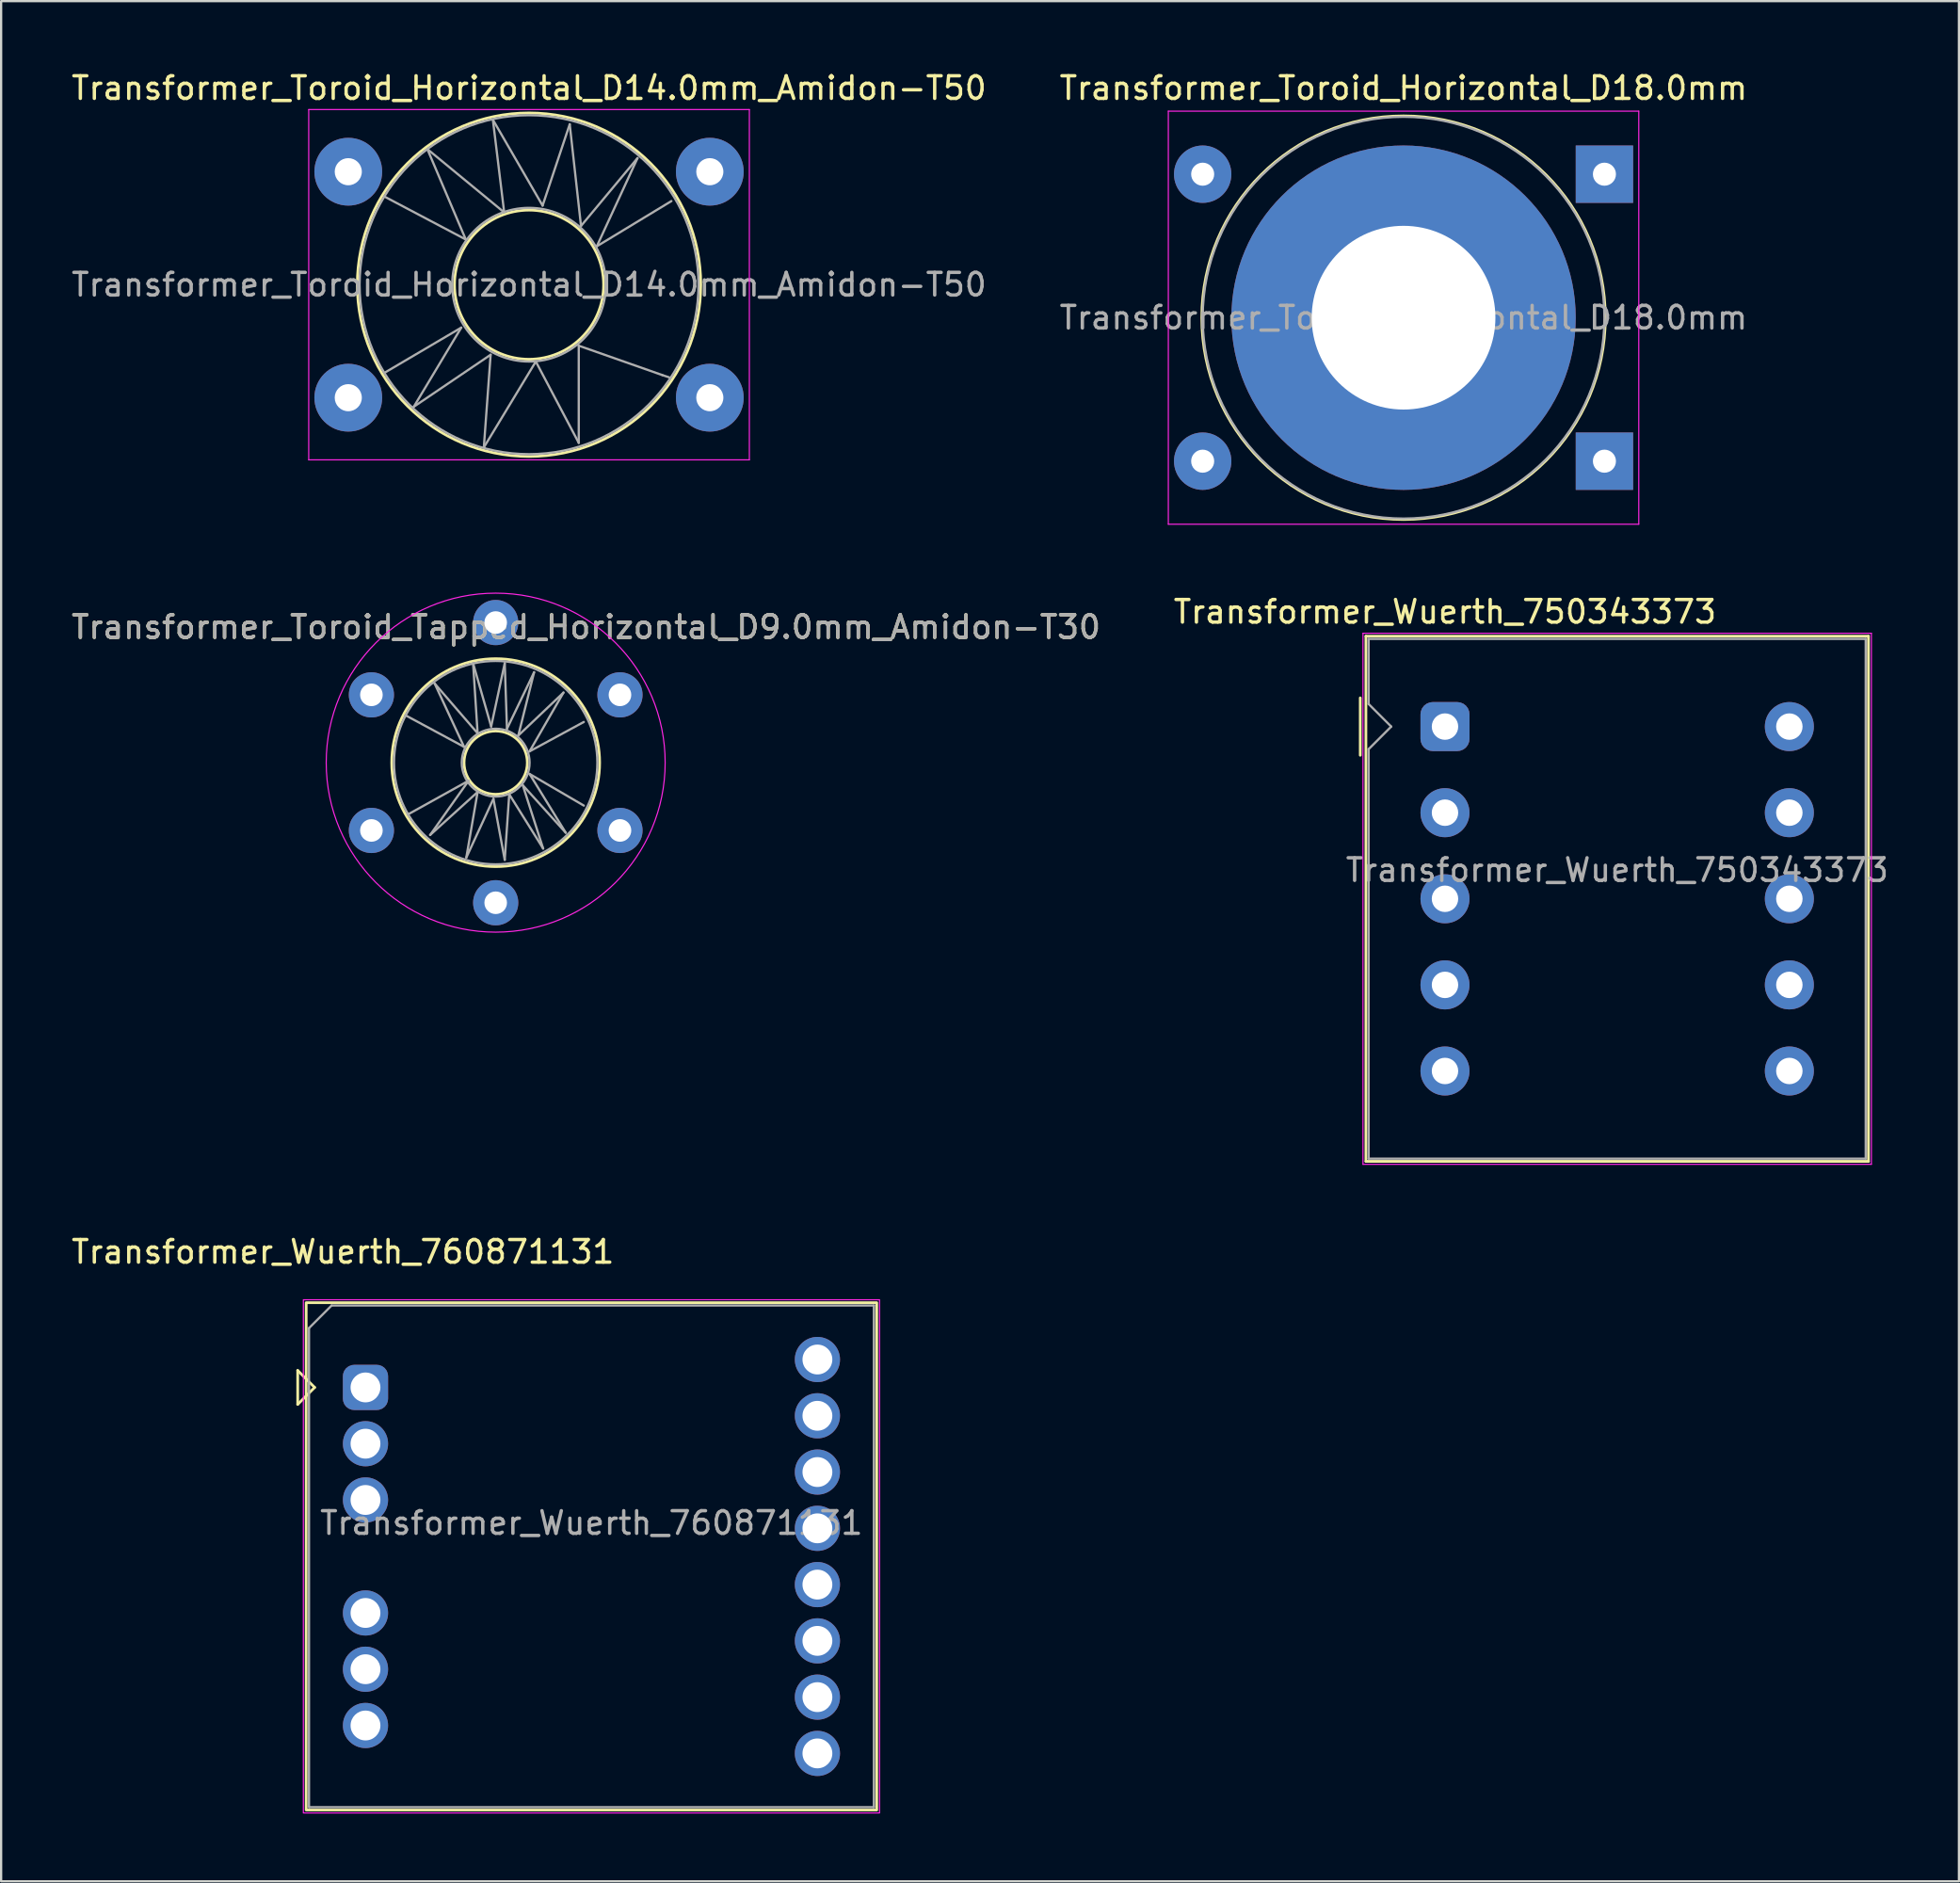
<source format=kicad_pcb>
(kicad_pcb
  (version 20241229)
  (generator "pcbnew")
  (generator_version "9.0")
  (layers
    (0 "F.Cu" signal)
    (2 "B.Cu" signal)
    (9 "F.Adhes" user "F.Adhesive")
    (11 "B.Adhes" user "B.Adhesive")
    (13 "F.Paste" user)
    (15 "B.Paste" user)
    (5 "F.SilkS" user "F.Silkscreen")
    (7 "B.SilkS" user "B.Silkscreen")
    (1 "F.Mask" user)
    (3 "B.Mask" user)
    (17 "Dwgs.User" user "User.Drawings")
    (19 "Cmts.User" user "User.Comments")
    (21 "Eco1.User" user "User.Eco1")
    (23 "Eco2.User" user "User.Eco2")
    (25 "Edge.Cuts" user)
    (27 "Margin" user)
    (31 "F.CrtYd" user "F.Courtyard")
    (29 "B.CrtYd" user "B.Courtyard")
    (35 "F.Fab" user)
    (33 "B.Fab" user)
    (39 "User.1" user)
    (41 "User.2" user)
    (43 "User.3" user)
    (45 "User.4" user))
  (footprint "Transformer_Wuerth_760871131"
    (layer "F.Cu")
    (at 13.125 58.345)
    (property "Reference" "Transformer_Wuerth_760871131" (at -1 -6 0) (unlocked yes) (layer "F.SilkS") (effects (font (size 1 1) (thickness 0.15))))
    (attr through_hole)
    (fp_line (start -3 -0.75) (end -3 0.75) (stroke (width 0.12) (type solid)) (layer "F.SilkS"))
    (fp_line (start -3 -0.75) (end -2.25 0) (stroke (width 0.12) (type solid)) (layer "F.SilkS"))
    (fp_line (start -3 0.75) (end -2.25 0) (stroke (width 0.12) (type solid)) (layer "F.SilkS"))
    (fp_rect (start -2.625 -3.75) (end 22.625 18.7) (stroke (width 0.12) (type solid)) (fill no) (layer "F.SilkS"))
    (fp_rect (start -2.75 -3.88) (end 22.75 18.83) (stroke (width 0.05) (type solid)) (fill no) (layer "F.CrtYd"))
    (fp_line (start -2.5 18.575) (end -2.5 -2.625) (stroke (width 0.1) (type solid)) (layer "F.Fab"))
    (fp_line (start -1.5 -3.625) (end -2.5 -2.625) (stroke (width 0.1) (type solid)) (layer "F.Fab"))
    (fp_line (start -1.5 -3.625) (end 22.5 -3.625) (stroke (width 0.1) (type solid)) (layer "F.Fab"))
    (fp_line (start 22.5 -3.625) (end 22.5 18.575) (stroke (width 0.1) (type solid)) (layer "F.Fab"))
    (fp_line (start 22.5 18.575) (end -2.5 18.575) (stroke (width 0.1) (type solid)) (layer "F.Fab"))
    (fp_text user "${REFERENCE}" (at 10 6 0) (unlocked yes) (layer "F.Fab") (effects (font (size 1 1) (thickness 0.15))))
    (pad "1" thru_hole roundrect (at 0 0) (size 2 2) (drill 1.32) (layers "*.Cu" "*.Mask") (roundrect_rratio 0.25))
    (pad "2" thru_hole circle (at 0 2.49) (size 2 2) (drill 1.32) (layers "*.Cu" "*.Mask"))
    (pad "3" thru_hole circle (at 0 4.98) (size 2 2) (drill 1.32) (layers "*.Cu" "*.Mask"))
    (pad "4" thru_hole circle (at 0 9.98) (size 2 2) (drill 1.32) (layers "*.Cu" "*.Mask"))
    (pad "5" thru_hole circle (at 0 12.47) (size 2 2) (drill 1.32) (layers "*.Cu" "*.Mask"))
    (pad "6" thru_hole circle (at 0 14.96) (size 2 2) (drill 1.32) (layers "*.Cu" "*.Mask"))
    (pad "7" thru_hole circle (at 20 16.195) (size 2 2) (drill 1.32) (layers "*.Cu" "*.Mask"))
    (pad "8" thru_hole circle (at 20 13.705) (size 2 2) (drill 1.32) (layers "*.Cu" "*.Mask"))
    (pad "9" thru_hole circle (at 20 11.215) (size 2 2) (drill 1.32) (layers "*.Cu" "*.Mask"))
    (pad "10" thru_hole circle (at 20 8.725) (size 2 2) (drill 1.32) (layers "*.Cu" "*.Mask"))
    (pad "11" thru_hole circle (at 20 6.235) (size 2 2) (drill 1.32) (layers "*.Cu" "*.Mask"))
    (pad "12" thru_hole circle (at 20 3.745) (size 2 2) (drill 1.32) (layers "*.Cu" "*.Mask"))
    (pad "13" thru_hole circle (at 20 1.255) (size 2 2) (drill 1.32) (layers "*.Cu" "*.Mask"))
    (pad "14" thru_hole circle (at 20 -1.235) (size 2 2) (drill 1.32) (layers "*.Cu" "*.Mask")))
  (footprint "Transformer_Wuerth_750343373"
    (layer "F.Cu")
    (at 60.899 29.102)
    (property "Reference" "Transformer_Wuerth_750343373" (at 0 -5.08 0) (layer "F.SilkS") (effects (font (size 1 1) (thickness 0.15))))
    (attr through_hole)
    (fp_line (start -3.75 -1.27) (end -3.75 1.27) (stroke (width 0.12) (type solid)) (layer "F.SilkS"))
    (fp_line (start -3.5 -4) (end 18.74 -4) (stroke (width 0.12) (type solid)) (layer "F.SilkS"))
    (fp_line (start -3.5 19.24) (end -3.5 -4) (stroke (width 0.12) (type solid)) (layer "F.SilkS"))
    (fp_line (start 18.74 -4) (end 18.74 19.24) (stroke (width 0.12) (type solid)) (layer "F.SilkS"))
    (fp_line (start 18.74 19.24) (end -3.5 19.24) (stroke (width 0.12) (type solid)) (layer "F.SilkS"))
    (fp_line (start -3.63 -4.13) (end 18.87 -4.13) (stroke (width 0.05) (type solid)) (layer "F.CrtYd"))
    (fp_line (start -3.63 19.37) (end -3.63 -4.13) (stroke (width 0.05) (type solid)) (layer "F.CrtYd"))
    (fp_line (start 18.87 -4.13) (end 18.87 19.37) (stroke (width 0.05) (type solid)) (layer "F.CrtYd"))
    (fp_line (start 18.87 19.37) (end -3.63 19.37) (stroke (width 0.05) (type solid)) (layer "F.CrtYd"))
    (fp_line (start -3.38 -3.88) (end 18.62 -3.88) (stroke (width 0.1) (type solid)) (layer "F.Fab"))
    (fp_line (start -3.38 -1) (end -3.38 -3.88) (stroke (width 0.1) (type solid)) (layer "F.Fab"))
    (fp_line (start -3.38 -1) (end -2.38 0) (stroke (width 0.1) (type solid)) (layer "F.Fab"))
    (fp_line (start -3.38 1) (end -3.38 19.12) (stroke (width 0.1) (type solid)) (layer "F.Fab"))
    (fp_line (start -2.38 0) (end -3.38 1) (stroke (width 0.1) (type solid)) (layer "F.Fab"))
    (fp_line (start 18.62 -3.88) (end 18.62 19.12) (stroke (width 0.1) (type solid)) (layer "F.Fab"))
    (fp_line (start 18.62 19.12) (end -3.38 19.12) (stroke (width 0.1) (type solid)) (layer "F.Fab"))
    (fp_text user "${REFERENCE}" (at 7.62 6.35 0) (layer "F.Fab") (effects (font (size 1 1) (thickness 0.15))))
    (pad "1" thru_hole roundrect (at 0 0) (size 2.17 2.17) (drill 1.17) (layers "*.Cu" "*.Mask") (roundrect_rratio 0.25))
    (pad "2" thru_hole circle (at 0 3.81) (size 2.17 2.17) (drill 1.17) (layers "*.Cu" "*.Mask"))
    (pad "3" thru_hole circle (at 0 7.62) (size 2.17 2.17) (drill 1.17) (layers "*.Cu" "*.Mask"))
    (pad "4" thru_hole circle (at 0 11.43) (size 2.17 2.17) (drill 1.17) (layers "*.Cu" "*.Mask"))
    (pad "5" thru_hole circle (at 0 15.24) (size 2.17 2.17) (drill 1.17) (layers "*.Cu" "*.Mask"))
    (pad "6" thru_hole circle (at 15.24 15.24) (size 2.17 2.17) (drill 1.17) (layers "*.Cu" "*.Mask"))
    (pad "7" thru_hole circle (at 15.24 11.43) (size 2.17 2.17) (drill 1.17) (layers "*.Cu" "*.Mask"))
    (pad "8" thru_hole circle (at 15.24 7.62) (size 2.17 2.17) (drill 1.17) (layers "*.Cu" "*.Mask"))
    (pad "9" thru_hole circle (at 15.24 3.81) (size 2.17 2.17) (drill 1.17) (layers "*.Cu" "*.Mask"))
    (pad "10" thru_hole circle (at 15.24 0) (size 2.17 2.17) (drill 1.17) (layers "*.Cu" "*.Mask")))
  (footprint "Transformer_Toroid_Horizontal_D14.0mm_Amidon-T50"
    (layer "F.Cu")
    (at 12.363 14.548)
    (property "Reference" "Transformer_Toroid_Horizontal_D14.0mm_Amidon-T50" (at 8 -13.7 0) (layer "F.SilkS") (effects (font (size 1 1) (thickness 0.15))))
    (attr through_hole)
    (fp_circle (center 8 -5) (end 8 -12.6) (stroke (width 0.12) (type solid)) (fill no) (layer "F.SilkS"))
    (fp_circle (center 8 -5) (end 8 -8.3) (stroke (width 0.12) (type solid)) (fill no) (layer "F.SilkS"))
    (fp_line (start -1.75 -12.75) (end -1.75 2.75) (stroke (width 0.05) (type solid)) (layer "F.CrtYd"))
    (fp_line (start -1.75 -12.75) (end 17.75 -12.75) (stroke (width 0.05) (type solid)) (layer "F.CrtYd"))
    (fp_line (start 17.75 2.75) (end -1.75 2.75) (stroke (width 0.05) (type solid)) (layer "F.CrtYd"))
    (fp_line (start 17.75 2.75) (end 17.75 -12.75) (stroke (width 0.05) (type solid)) (layer "F.CrtYd"))
    (fp_line (start 1.6 -8.9) (end 5.2 -7) (stroke (width 0.1) (type solid)) (layer "F.Fab"))
    (fp_line (start 1.6 -1.1) (end 5 -3.1) (stroke (width 0.1) (type solid)) (layer "F.Fab"))
    (fp_line (start 2.9 0.4) (end 6.3 -1.9) (stroke (width 0.1) (type solid)) (layer "F.Fab"))
    (fp_line (start 3.5 -11) (end 6.9 -8.2) (stroke (width 0.1) (type solid)) (layer "F.Fab"))
    (fp_line (start 5 -3.1) (end 2.9 0.4) (stroke (width 0.1) (type solid)) (layer "F.Fab"))
    (fp_line (start 5.2 -7) (end 3.5 -11) (stroke (width 0.1) (type solid)) (layer "F.Fab"))
    (fp_line (start 6 2.2) (end 8.3 -1.6) (stroke (width 0.1) (type solid)) (layer "F.Fab"))
    (fp_line (start 6.3 -1.9) (end 6 2.2) (stroke (width 0.1) (type solid)) (layer "F.Fab"))
    (fp_line (start 6.4 -12.3) (end 8.6 -8.5) (stroke (width 0.1) (type solid)) (layer "F.Fab"))
    (fp_line (start 6.9 -8.2) (end 6.4 -12.3) (stroke (width 0.1) (type solid)) (layer "F.Fab"))
    (fp_line (start 8.3 -1.6) (end 10.2 2) (stroke (width 0.1) (type solid)) (layer "F.Fab"))
    (fp_line (start 8.6 -8.5) (end 9.8 -12.1) (stroke (width 0.1) (type solid)) (layer "F.Fab"))
    (fp_line (start 9.8 -12.1) (end 10.3 -7.6) (stroke (width 0.1) (type solid)) (layer "F.Fab"))
    (fp_line (start 10.2 -2.3) (end 13.9 -1) (stroke (width 0.1) (type solid)) (layer "F.Fab"))
    (fp_line (start 10.2 2) (end 10.2 -2.3) (stroke (width 0.1) (type solid)) (layer "F.Fab"))
    (fp_line (start 10.3 -7.6) (end 12.8 -10.6) (stroke (width 0.1) (type solid)) (layer "F.Fab"))
    (fp_line (start 11 -6.7) (end 14.3 -8.7) (stroke (width 0.1) (type solid)) (layer "F.Fab"))
    (fp_line (start 12.8 -10.6) (end 11 -6.7) (stroke (width 0.1) (type solid)) (layer "F.Fab"))
    (fp_line (start 13.9 -1) (end 14.2 -0.9) (stroke (width 0.1) (type solid)) (layer "F.Fab"))
    (fp_circle (center 8 -5) (end 11.4 -5) (stroke (width 0.1) (type solid)) (fill no) (layer "F.Fab"))
    (fp_circle (center 8 -5) (end 15.5 -5) (stroke (width 0.1) (type solid)) (fill no) (layer "F.Fab"))
    (fp_text user "${REFERENCE}" (at 8 -5 0) (layer "F.Fab") (effects (font (size 1 1) (thickness 0.15))))
    (pad "1" thru_hole circle (at 0 0) (size 3 3) (drill 1.2) (layers "*.Cu" "*.Mask"))
    (pad "2" thru_hole circle (at 16 0) (size 3 3) (drill 1.2) (layers "*.Cu" "*.Mask"))
    (pad "3" thru_hole circle (at 0 -10) (size 3 3) (drill 1.2) (layers "*.Cu" "*.Mask"))
    (pad "4" thru_hole circle (at 16 -10) (size 3 3) (drill 1.2) (layers "*.Cu" "*.Mask")))
  (footprint "Transformer_Toroid_Tapped_Horizontal_D9.0mm_Amidon-T30"
    (layer "F.Cu")
    (at 13.387 33.698)
    (property "Reference" "Transformer_Toroid_Tapped_Horizontal_D9.0mm_Amidon-T30" (at 9.5 -9 0) (layer "F.SilkS") (effects (font (size 1 1) (thickness 0.15))))
    (attr through_hole)
    (fp_circle (center 5.5 -3) (end 5.5 -7.6) (stroke (width 0.12) (type solid)) (fill no) (layer "F.SilkS"))
    (fp_circle (center 5.5 -3) (end 5.5 -4.4) (stroke (width 0.12) (type solid)) (fill no) (layer "F.SilkS"))
    (fp_circle (center 5.5 -3) (end 5.5 4.5) (stroke (width 0.05) (type solid)) (fill no) (layer "F.CrtYd"))
    (fp_line (start 1.5 -5.1) (end 4.1 -3.7) (stroke (width 0.1) (type solid)) (layer "F.Fab"))
    (fp_line (start 1.6 -0.7) (end 4.3 -2.2) (stroke (width 0.1) (type solid)) (layer "F.Fab"))
    (fp_line (start 2.6 0.2) (end 4.7 -1.7) (stroke (width 0.1) (type solid)) (layer "F.Fab"))
    (fp_line (start 2.8 -6.5) (end 4.7 -4.3) (stroke (width 0.1) (type solid)) (layer "F.Fab"))
    (fp_line (start 4.1 -3.7) (end 2.8 -6.5) (stroke (width 0.1) (type solid)) (layer "F.Fab"))
    (fp_line (start 4.2 1.2) (end 5.4 -1.4) (stroke (width 0.1) (type solid)) (layer "F.Fab"))
    (fp_line (start 4.3 -2.2) (end 2.6 0.2) (stroke (width 0.1) (type solid)) (layer "F.Fab"))
    (fp_line (start 4.5 -7.4) (end 5.3 -4.6) (stroke (width 0.1) (type solid)) (layer "F.Fab"))
    (fp_line (start 4.7 -4.3) (end 4.5 -7.4) (stroke (width 0.1) (type solid)) (layer "F.Fab"))
    (fp_line (start 4.7 -1.7) (end 4.2 1.2) (stroke (width 0.1) (type solid)) (layer "F.Fab"))
    (fp_line (start 5.3 -4.6) (end 5.9 -7.4) (stroke (width 0.1) (type solid)) (layer "F.Fab"))
    (fp_line (start 5.4 -1.4) (end 5.9 1.3) (stroke (width 0.1) (type solid)) (layer "F.Fab"))
    (fp_line (start 5.9 -7.4) (end 6 -4.5) (stroke (width 0.1) (type solid)) (layer "F.Fab"))
    (fp_line (start 5.9 1.3) (end 6.1 -1.6) (stroke (width 0.1) (type solid)) (layer "F.Fab"))
    (fp_line (start 6 -4.5) (end 7.2 -7) (stroke (width 0.1) (type solid)) (layer "F.Fab"))
    (fp_line (start 6.1 -1.6) (end 7.6 0.8) (stroke (width 0.1) (type solid)) (layer "F.Fab"))
    (fp_line (start 6.5 -4.2) (end 8.5 -6.1) (stroke (width 0.1) (type solid)) (layer "F.Fab"))
    (fp_line (start 6.7 -2) (end 8.6 0.1) (stroke (width 0.1) (type solid)) (layer "F.Fab"))
    (fp_line (start 7 -3.5) (end 9.4 -4.8) (stroke (width 0.1) (type solid)) (layer "F.Fab"))
    (fp_line (start 7 -2.5) (end 9.4 -1.1) (stroke (width 0.1) (type solid)) (layer "F.Fab"))
    (fp_line (start 7.2 -7) (end 6.5 -4.2) (stroke (width 0.1) (type solid)) (layer "F.Fab"))
    (fp_line (start 7.6 0.8) (end 6.7 -2) (stroke (width 0.1) (type solid)) (layer "F.Fab"))
    (fp_line (start 8.5 -6.1) (end 7 -3.5) (stroke (width 0.1) (type solid)) (layer "F.Fab"))
    (fp_line (start 8.6 0.1) (end 7 -2.5) (stroke (width 0.1) (type solid)) (layer "F.Fab"))
    (fp_circle (center 5.5 -3) (end 7 -3) (stroke (width 0.1) (type solid)) (fill no) (layer "F.Fab"))
    (fp_circle (center 5.5 -3) (end 10 -3) (stroke (width 0.1) (type solid)) (fill no) (layer "F.Fab"))
    (fp_text user "${REFERENCE}" (at 9.5 -9 0) (layer "F.Fab") (effects (font (size 1 1) (thickness 0.15))))
    (pad "1" thru_hole circle (at 0 0) (size 2 2) (drill 1) (layers "*.Cu" "*.Mask"))
    (pad "2" thru_hole circle (at 5.5 3.2) (size 2 2) (drill 1) (layers "*.Cu" "*.Mask"))
    (pad "3" thru_hole circle (at 11 0) (size 2 2) (drill 1) (layers "*.Cu" "*.Mask"))
    (pad "4" thru_hole circle (at 0 -6) (size 2 2) (drill 1) (layers "*.Cu" "*.Mask"))
    (pad "5" thru_hole circle (at 5.5 -9.2) (size 2 2) (drill 1) (layers "*.Cu" "*.Mask"))
    (pad "6" thru_hole circle (at 11 -6) (size 2 2) (drill 1) (layers "*.Cu" "*.Mask")))
  (footprint "Transformer_Toroid_Horizontal_D18.0mm"
    (layer "F.Cu")
    (at 50.175 4.658)
    (property "Reference" "Transformer_Toroid_Horizontal_D18.0mm" (at 8.89 -3.81 0) (layer "F.SilkS") (effects (font (size 1 1) (thickness 0.15))))
    (attr through_hole)
    (fp_circle (center 8.89 6.35) (end 17.49 8.75) (stroke (width 0.12) (type solid)) (fill no) (layer "F.SilkS"))
    (fp_line (start -1.52 -2.79) (end -1.52 15.49) (stroke (width 0.05) (type solid)) (layer "F.CrtYd"))
    (fp_line (start -1.52 -2.79) (end 19.3 -2.79) (stroke (width 0.05) (type solid)) (layer "F.CrtYd"))
    (fp_line (start 19.3 15.49) (end -1.52 15.49) (stroke (width 0.05) (type solid)) (layer "F.CrtYd"))
    (fp_line (start 19.3 15.49) (end 19.3 -2.79) (stroke (width 0.05) (type solid)) (layer "F.CrtYd"))
    (fp_circle (center 8.89 6.35) (end 17.78 6.35) (stroke (width 0.1) (type solid)) (fill no) (layer "F.Fab"))
    (fp_text user "${REFERENCE}" (at 8.89 6.35 0) (layer "F.Fab") (effects (font (size 1 1) (thickness 0.15))))
    (pad "" thru_hole circle (at 8.89 6.35) (size 15.24 15.24) (drill 8.13) (layers "*.Cu" "*.Mask"))
    (pad "1" thru_hole circle (at 0 0) (size 2.54 2.54) (drill 1.02) (layers "*.Cu" "*.Mask"))
    (pad "2" thru_hole circle (at 0 12.7) (size 2.54 2.54) (drill 1.02) (layers "*.Cu" "*.Mask"))
    (pad "3" thru_hole rect (at 17.78 0) (size 2.54 2.54) (drill 1.02) (layers "*.Cu" "*.Mask"))
    (pad "4" thru_hole rect (at 17.78 12.7) (size 2.54 2.54) (drill 1.02) (layers "*.Cu" "*.Mask")))
  (gr_rect
    (start -3 -3)
    (end 83.644 80.2)
    (stroke (width 0.1) (type default))
    (fill no)
    (layer "Edge.Cuts")))
</source>
